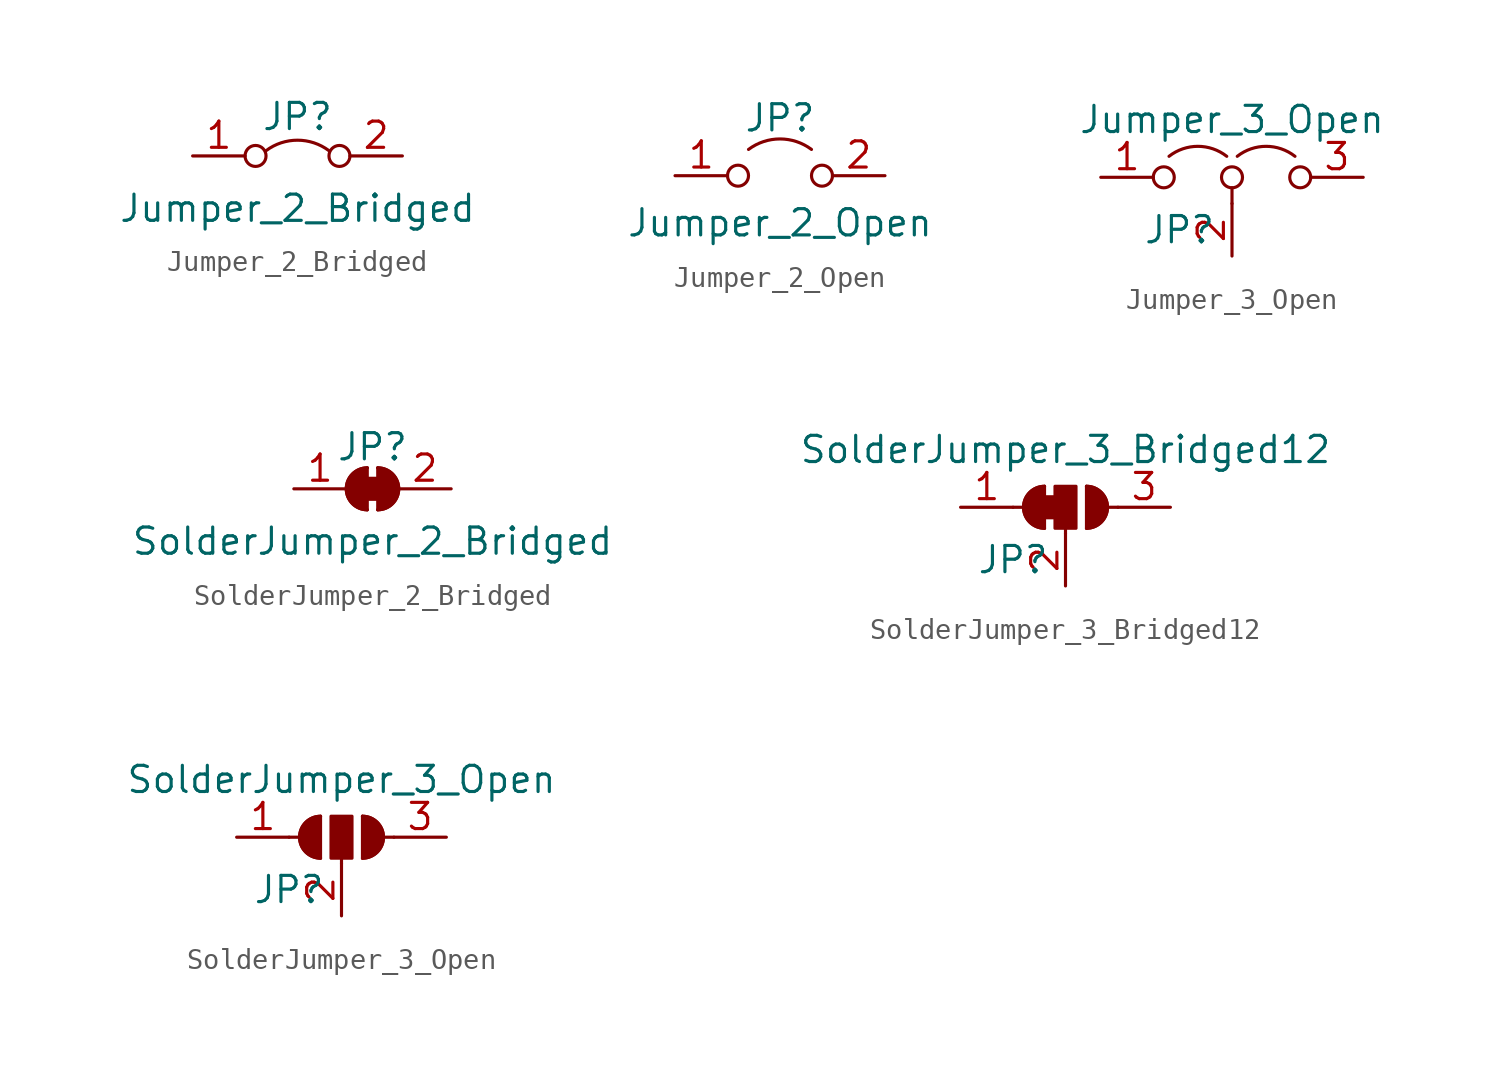
<source format=kicad_sym>
(kicad_symbol_lib
  (version 20201005)
  (generator kicad_symbol_editor)
  (symbol "Jumper_2_Bridged"
    (pin_names
      (offset 0) hide)
    (property "Reference" "JP"
      (at 0 1.905 0)
      (effects (font (size 1.27 1.27))))
    (property "Value" "Jumper_2_Bridged"
      (at 0 -2.54 0)
      (effects (font (size 1.27 1.27))))
    (symbol "Jumper_2_Bridged_0_0"
      (circle (center -2.032 0) (radius 0.508) (stroke (width 0)) (fill (type none)))
      (circle (center 2.032 0) (radius 0.508) (stroke (width 0)) (fill (type none))))
    (symbol "Jumper_2_Bridged_0_1"
      (arc (start -1.524 0.254) (end 1.524 0.254) (radius (at 0 -1.778) (length 2.54) (angles 126.9 53.1)) (stroke (width 0)) (fill (type none))))
    (symbol "Jumper_2_Bridged_1_1"
      (pin passive line (at -5.08 0 0) (length 2.54) (name "A" (effects (font (size 1.27 1.27)))) (number "1" (effects (font (size 1.27 1.27)))))
      (pin passive line (at 5.08 0 180) (length 2.54) (name "B" (effects (font (size 1.27 1.27)))) (number "2" (effects (font (size 1.27 1.27)))))))
  (symbol "Jumper_2_Open"
    (pin_names
      (offset 0) hide)
    (property "Reference" "JP"
      (at 0 2.794 0)
      (effects (font (size 1.27 1.27))))
    (property "Value" "Jumper_2_Open"
      (at 0 -2.286 0)
      (effects (font (size 1.27 1.27))))
    (symbol "Jumper_2_Open_0_0"
      (circle (center -2.032 0) (radius 0.508) (stroke (width 0)) (fill (type none)))
      (circle (center 2.032 0) (radius 0.508) (stroke (width 0)) (fill (type none))))
    (symbol "Jumper_2_Open_0_1"
      (arc (start -1.524 1.27) (end 1.524 1.27) (radius (at 0 -0.762) (length 2.54) (angles 126.9 53.1)) (stroke (width 0)) (fill (type none))))
    (symbol "Jumper_2_Open_1_1"
      (pin passive line (at -5.08 0 0) (length 2.54) (name "A" (effects (font (size 1.27 1.27)))) (number "1" (effects (font (size 1.27 1.27)))))
      (pin passive line (at 5.08 0 180) (length 2.54) (name "B" (effects (font (size 1.27 1.27)))) (number "2" (effects (font (size 1.27 1.27)))))))
  (symbol "Jumper_3_Open"
    (pin_names
      (offset 0) hide)
    (property "Reference" "JP"
      (at -2.54 -2.54 0)
      (effects (font (size 1.27 1.27))))
    (property "Value" "Jumper_3_Open"
      (at 0 2.794 0)
      (effects (font (size 1.27 1.27))))
    (symbol "Jumper_3_Open_0_0"
      (circle (center -3.302 0) (radius 0.508) (stroke (width 0)) (fill (type none)))
      (circle (center 0 0) (radius 0.508) (stroke (width 0)) (fill (type none)))
      (circle (center 3.302 0) (radius 0.508) (stroke (width 0)) (fill (type none))))
    (symbol "Jumper_3_Open_0_1"
      (arc (start -3.048 1.016) (end -0.254 1.016) (radius (at -1.651 -0.762) (length 2.2606) (angles 128.2 51.8)) (stroke (width 0)) (fill (type none)))
      (arc (start 0.254 1.016) (end 3.048 1.016) (radius (at 1.651 -0.762) (length 2.2606) (angles 128.2 51.8)) (stroke (width 0)) (fill (type none)))
      (polyline (pts (xy 0 -0.508) (xy 0 -1.27)) (stroke (width 0)) (fill (type none))))
    (symbol "Jumper_3_Open_1_1"
      (pin passive line (at -6.35 0 0) (length 2.54) (name "A" (effects (font (size 1.27 1.27)))) (number "1" (effects (font (size 1.27 1.27)))))
      (pin input line (at 0 -3.81 90) (length 2.54) (name "C" (effects (font (size 1.27 1.27)))) (number "2" (effects (font (size 1.27 1.27)))))
      (pin passive line (at 6.35 0 180) (length 2.54) (name "B" (effects (font (size 1.27 1.27)))) (number "3" (effects (font (size 1.27 1.27)))))))
  (symbol "SolderJumper_2_Bridged"
    (pin_names
      (offset 0) hide)
    (property "Reference" "JP"
      (at 0 2.032 0)
      (effects (font (size 1.27 1.27))))
    (property "Value" "SolderJumper_2_Bridged"
      (at 0 -2.54 0)
      (effects (font (size 1.27 1.27))))
    (symbol "SolderJumper_2_Bridged_0_1"
      (arc (start -0.254 1.016) (end -0.254 -1.016) (radius (at -0.254 0) (length 1.016) (angles 90.1 -90.1)) (stroke (width 0)) (fill (type none)))
      (arc (start -0.254 1.016) (end -0.254 -1.016) (radius (at -0.254 0) (length 1.016) (angles 90.1 -90.1)) (stroke (width 0)) (fill (type outline)))
      (arc (start 0.254 -1.016) (end 0.254 1.016) (radius (at 0.254 0) (length 1.016) (angles -89.9 89.9)) (stroke (width 0)) (fill (type none)))
      (arc (start 0.254 -1.016) (end 0.254 1.016) (radius (at 0.254 0) (length 1.016) (angles -89.9 89.9)) (stroke (width 0)) (fill (type outline)))
      (rectangle (start -0.508 0.508) (end 0.508 -0.508) (stroke (width 0)) (fill (type outline)))
      (polyline (pts (xy -0.254 1.016) (xy -0.254 -1.016)) (stroke (width 0)) (fill (type none)))
      (polyline (pts (xy 0.254 1.016) (xy 0.254 -1.016)) (stroke (width 0)) (fill (type none))))
    (symbol "SolderJumper_2_Bridged_1_1"
      (pin passive line (at -3.81 0 0) (length 2.54) (name "A" (effects (font (size 1.27 1.27)))) (number "1" (effects (font (size 1.27 1.27)))))
      (pin passive line (at 3.81 0 180) (length 2.54) (name "B" (effects (font (size 1.27 1.27)))) (number "2" (effects (font (size 1.27 1.27)))))))
  (symbol "SolderJumper_3_Bridged12"
    (pin_names
      (offset 0) hide)
    (property "Reference" "JP"
      (at -2.54 -2.54 0)
      (effects (font (size 1.27 1.27))))
    (property "Value" "SolderJumper_3_Bridged12"
      (at 0 2.794 0)
      (effects (font (size 1.27 1.27))))
    (symbol "SolderJumper_3_Bridged12_0_1"
      (arc (start -1.016 1.016) (end -1.016 -1.016) (radius (at -1.016 0) (length 1.016) (angles 90.1 -90.1)) (stroke (width 0)) (fill (type none)))
      (arc (start -1.016 1.016) (end -1.016 -1.016) (radius (at -1.016 0) (length 1.016) (angles 90.1 -90.1)) (stroke (width 0)) (fill (type outline)))
      (arc (start 1.016 -1.016) (end 1.016 1.016) (radius (at 1.016 0) (length 1.016) (angles -89.9 89.9)) (stroke (width 0)) (fill (type none)))
      (arc (start 1.016 -1.016) (end 1.016 1.016) (radius (at 1.016 0) (length 1.016) (angles -89.9 89.9)) (stroke (width 0)) (fill (type outline)))
      (rectangle (start -1.016 0.508) (end -0.508 -0.508) (stroke (width 0)) (fill (type outline)))
      (rectangle (start -0.508 1.016) (end 0.508 -1.016) (stroke (width 0)) (fill (type outline)))
      (polyline (pts (xy -2.54 0) (xy -2.032 0)) (stroke (width 0)) (fill (type none)))
      (polyline (pts (xy -1.016 1.016) (xy -1.016 -1.016)) (stroke (width 0)) (fill (type none)))
      (polyline (pts (xy 0 -1.27) (xy 0 -1.016)) (stroke (width 0)) (fill (type none)))
      (polyline (pts (xy 1.016 1.016) (xy 1.016 -1.016)) (stroke (width 0)) (fill (type none)))
      (polyline (pts (xy 2.54 0) (xy 2.032 0)) (stroke (width 0)) (fill (type none))))
    (symbol "SolderJumper_3_Bridged12_1_1"
      (pin passive line (at -5.08 0 0) (length 2.54) (name "A" (effects (font (size 1.27 1.27)))) (number "1" (effects (font (size 1.27 1.27)))))
      (pin input line (at 0 -3.81 90) (length 2.54) (name "C" (effects (font (size 1.27 1.27)))) (number "2" (effects (font (size 1.27 1.27)))))
      (pin passive line (at 5.08 0 180) (length 2.54) (name "B" (effects (font (size 1.27 1.27)))) (number "3" (effects (font (size 1.27 1.27)))))))
  (symbol "SolderJumper_3_Open"
    (pin_names
      (offset 0) hide)
    (property "Reference" "JP"
      (at -2.54 -2.54 0)
      (effects (font (size 1.27 1.27))))
    (property "Value" "SolderJumper_3_Open"
      (at 0 2.794 0)
      (effects (font (size 1.27 1.27))))
    (symbol "SolderJumper_3_Open_0_1"
      (arc (start -1.016 1.016) (end -1.016 -1.016) (radius (at -1.016 0) (length 1.016) (angles 90.1 -90.1)) (stroke (width 0)) (fill (type none)))
      (arc (start -1.016 1.016) (end -1.016 -1.016) (radius (at -1.016 0) (length 1.016) (angles 90.1 -90.1)) (stroke (width 0)) (fill (type outline)))
      (arc (start 1.016 -1.016) (end 1.016 1.016) (radius (at 1.016 0) (length 1.016) (angles -89.9 89.9)) (stroke (width 0)) (fill (type none)))
      (arc (start 1.016 -1.016) (end 1.016 1.016) (radius (at 1.016 0) (length 1.016) (angles -89.9 89.9)) (stroke (width 0)) (fill (type outline)))
      (rectangle (start -0.508 1.016) (end 0.508 -1.016) (stroke (width 0)) (fill (type outline)))
      (polyline (pts (xy -2.54 0) (xy -2.032 0)) (stroke (width 0)) (fill (type none)))
      (polyline (pts (xy -1.016 1.016) (xy -1.016 -1.016)) (stroke (width 0)) (fill (type none)))
      (polyline (pts (xy 0 -1.27) (xy 0 -1.016)) (stroke (width 0)) (fill (type none)))
      (polyline (pts (xy 1.016 1.016) (xy 1.016 -1.016)) (stroke (width 0)) (fill (type none)))
      (polyline (pts (xy 2.54 0) (xy 2.032 0)) (stroke (width 0)) (fill (type none))))
    (symbol "SolderJumper_3_Open_1_1"
      (pin passive line (at -5.08 0 0) (length 2.54) (name "A" (effects (font (size 1.27 1.27)))) (number "1" (effects (font (size 1.27 1.27)))))
      (pin input line (at 0 -3.81 90) (length 2.54) (name "C" (effects (font (size 1.27 1.27)))) (number "2" (effects (font (size 1.27 1.27)))))
      (pin passive line (at 5.08 0 180) (length 2.54) (name "B" (effects (font (size 1.27 1.27)))) (number "3" (effects (font (size 1.27 1.27))))))))
</source>
